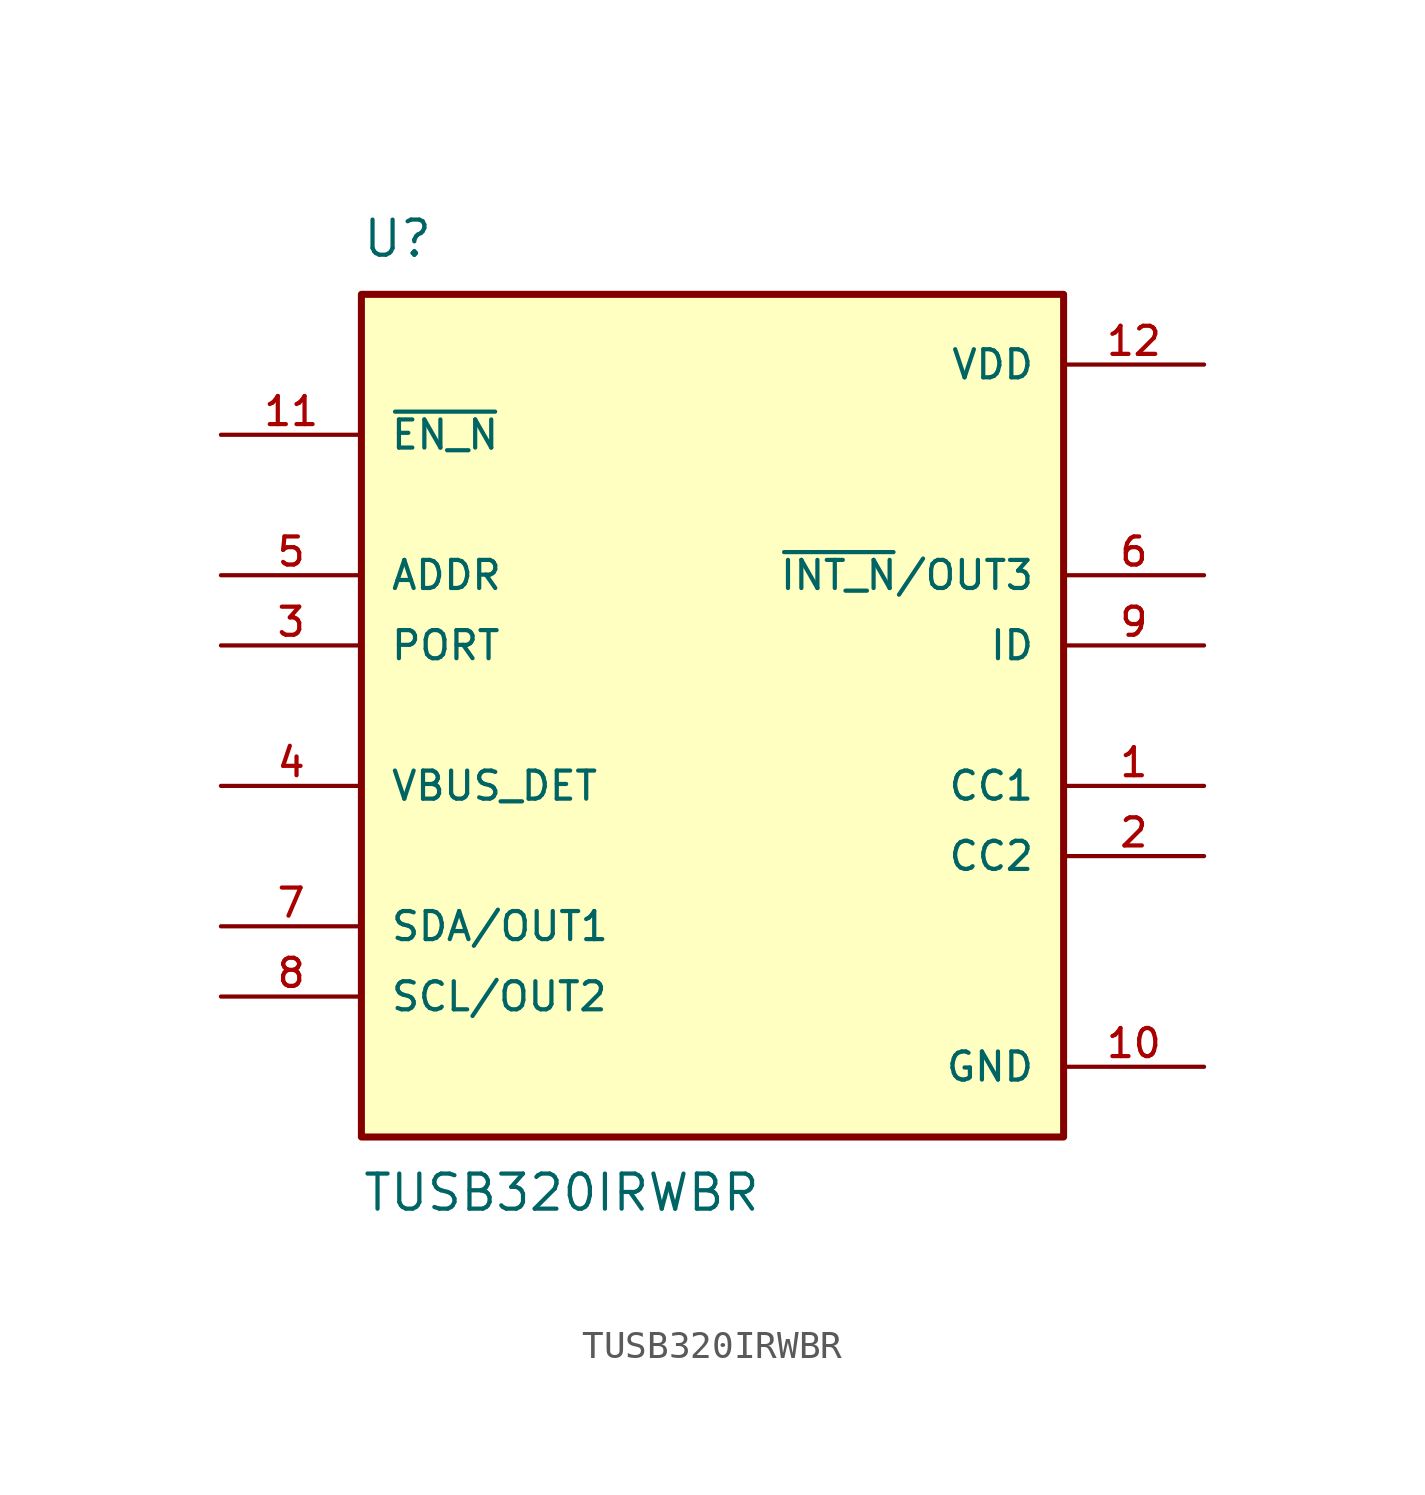
<source format=kicad_sym>
(kicad_symbol_lib
  (version 20211014)
  (generator kicad_symbol_editor)
  (symbol "TUSB320IRWBR"
    (pin_names
      (offset 1.016))
    (property "Reference" "U"
      (at -12.7 16.51 0)
      (effects (font (size 1.27 1.27)) (justify bottom left)))
    (property "Value" "TUSB320IRWBR"
      (at -12.7 -16.51 0)
      (effects (font (size 1.27 1.27)) (justify top left)))
    (symbol "TUSB320IRWBR_0_0"
      (rectangle (start -12.7 -15.24) (end 12.7 15.24) (stroke (width 0.254)) (fill (type background)))
      (pin bidirectional line (at 17.78 -2.54 180.0) (length 5.08) (name "CC1" (effects (font (size 1.016 1.016)))) (number "1" (effects (font (size 1.016 1.016)))))
      (pin bidirectional line (at 17.78 -5.08 180.0) (length 5.08) (name "CC2" (effects (font (size 1.016 1.016)))) (number "2" (effects (font (size 1.016 1.016)))))
      (pin input line (at -17.78 2.54 0) (length 5.08) (name "PORT" (effects (font (size 1.016 1.016)))) (number "3" (effects (font (size 1.016 1.016)))))
      (pin input line (at -17.78 -2.54 0) (length 5.08) (name "VBUS_DET" (effects (font (size 1.016 1.016)))) (number "4" (effects (font (size 1.016 1.016)))))
      (pin input line (at -17.78 5.08 0) (length 5.08) (name "ADDR" (effects (font (size 1.016 1.016)))) (number "5" (effects (font (size 1.016 1.016)))))
      (pin output line (at 17.78 5.08 180.0) (length 5.08) (name "~{INT_N}/OUT3" (effects (font (size 1.016 1.016)))) (number "6" (effects (font (size 1.016 1.016)))))
      (pin bidirectional line (at -17.78 -7.62 0) (length 5.08) (name "SDA/OUT1" (effects (font (size 1.016 1.016)))) (number "7" (effects (font (size 1.016 1.016)))))
      (pin bidirectional line (at -17.78 -10.16 0) (length 5.08) (name "SCL/OUT2" (effects (font (size 1.016 1.016)))) (number "8" (effects (font (size 1.016 1.016)))))
      (pin output line (at 17.78 2.54 180.0) (length 5.08) (name "ID" (effects (font (size 1.016 1.016)))) (number "9" (effects (font (size 1.016 1.016)))))
      (pin power_in line (at 17.78 -12.7 180.0) (length 5.08) (name "GND" (effects (font (size 1.016 1.016)))) (number "10" (effects (font (size 1.016 1.016)))))
      (pin input line (at -17.78 10.16 0) (length 5.08) (name "~{EN_N}" (effects (font (size 1.016 1.016)))) (number "11" (effects (font (size 1.016 1.016)))))
      (pin power_in line (at 17.78 12.7 180.0) (length 5.08) (name "VDD" (effects (font (size 1.016 1.016)))) (number "12" (effects (font (size 1.016 1.016))))))))
</source>
